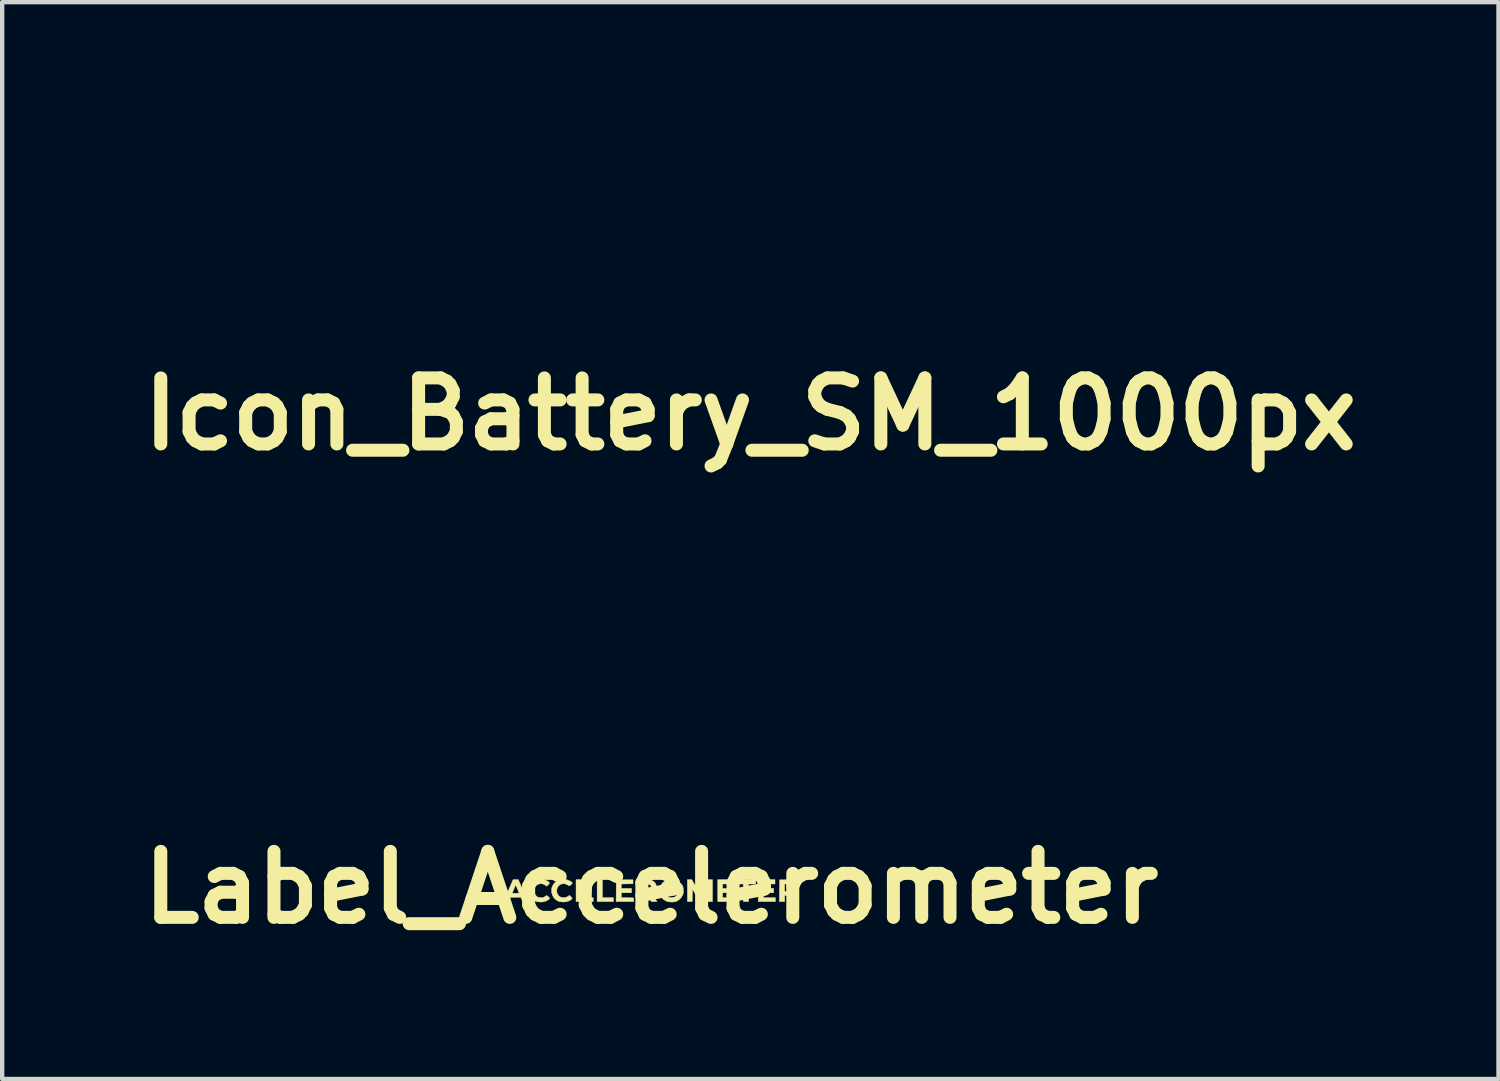
<source format=kicad_pcb>
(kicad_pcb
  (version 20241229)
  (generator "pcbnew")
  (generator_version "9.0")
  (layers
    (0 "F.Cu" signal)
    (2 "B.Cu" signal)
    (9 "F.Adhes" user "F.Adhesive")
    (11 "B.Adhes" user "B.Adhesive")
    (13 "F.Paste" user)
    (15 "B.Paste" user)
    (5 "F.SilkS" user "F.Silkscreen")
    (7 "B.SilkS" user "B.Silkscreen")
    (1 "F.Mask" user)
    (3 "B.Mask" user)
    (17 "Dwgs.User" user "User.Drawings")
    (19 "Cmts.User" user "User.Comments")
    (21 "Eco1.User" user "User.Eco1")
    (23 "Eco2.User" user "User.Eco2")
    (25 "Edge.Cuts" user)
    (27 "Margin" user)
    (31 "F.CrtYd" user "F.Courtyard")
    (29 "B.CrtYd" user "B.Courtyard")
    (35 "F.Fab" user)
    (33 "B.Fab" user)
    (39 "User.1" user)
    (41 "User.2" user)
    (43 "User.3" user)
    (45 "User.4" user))
  (footprint "Label_Accelerometer"
    (layer "F.Cu")
    (at 11.982 17.434)
    (property "Reference" "Label_Accelerometer" (at 0 0 0) (layer "F.SilkS") (effects (font (size 1.524 1.524) (thickness 0.3))))
    (attr through_hole)
    (fp_poly (pts (xy -1.128 0.234) (xy -0.874 0.234) (xy -0.874 0.325) (xy -1.25 0.325) (xy -1.25 -0.183) (xy -1.128 -0.183) (xy -1.128 0.234)) (stroke (width 0.01) (type solid)) (fill yes) (layer "F.SilkS"))
    (fp_poly (pts (xy 2.408 -0.081) (xy 2.245 -0.081) (xy 2.245 0.325) (xy 2.123 0.325) (xy 2.123 -0.081) (xy 1.961 -0.081) (xy 1.961 -0.183) (xy 2.408 -0.183) (xy 2.408 -0.081)) (stroke (width 0.01) (type solid)) (fill yes) (layer "F.SilkS"))
    (fp_poly (pts (xy 2.855 -0.081) (xy 2.591 -0.081) (xy 2.591 0.02) (xy 2.824 0.02) (xy 2.824 0.122) (xy 2.591 0.122) (xy 2.591 0.234) (xy 2.865 0.234) (xy 2.865 0.325) (xy 2.469 0.325) (xy 2.469 -0.183) (xy 2.855 -0.183) (xy 2.855 -0.081)) (stroke (width 0.01) (type solid)) (fill yes) (layer "F.SilkS"))
    (fp_poly (pts (xy -0.422 -0.086) (xy -0.556 -0.084) (xy -0.691 -0.081) (xy -0.691 0.02) (xy -0.457 0.02) (xy -0.457 0.122) (xy -0.691 0.122) (xy -0.691 0.233) (xy -0.411 0.239) (xy -0.405 0.325) (xy -0.813 0.325) (xy -0.81 0.074) (xy -0.808 -0.178) (xy -0.422 -0.178) (xy -0.422 -0.086)) (stroke (width 0.01) (type solid)) (fill yes) (layer "F.SilkS"))
    (fp_poly (pts (xy 1.918 -0.135) (xy 1.915 -0.086) (xy 1.781 -0.084) (xy 1.646 -0.081) (xy 1.646 0.02) (xy 1.765 0.023) (xy 1.885 0.025) (xy 1.885 0.117) (xy 1.646 0.123) (xy 1.646 0.234) (xy 1.93 0.234) (xy 1.93 0.325) (xy 1.534 0.325) (xy 1.534 -0.183) (xy 1.921 -0.183) (xy 1.918 -0.135)) (stroke (width 0.01) (type solid)) (fill yes) (layer "F.SilkS"))
    (fp_poly (pts (xy -1.353 -0.135) (xy -1.356 -0.086) (xy -1.486 -0.084) (xy -1.615 -0.081) (xy -1.615 0.02) (xy -1.381 0.02) (xy -1.384 0.069) (xy -1.387 0.117) (xy -1.501 0.12) (xy -1.615 0.123) (xy -1.615 0.234) (xy -1.341 0.234) (xy -1.341 0.325) (xy -1.737 0.325) (xy -1.737 -0.183) (xy -1.35 -0.183) (xy -1.353 -0.135)) (stroke (width 0.01) (type solid)) (fill yes) (layer "F.SilkS"))
    (fp_poly (pts (xy 1.026 -0.025) (xy 1.056 0.025) (xy 1.083 0.069) (xy 1.104 0.103) (xy 1.118 0.125) (xy 1.123 0.132) (xy 1.129 0.124) (xy 1.143 0.101) (xy 1.164 0.066) (xy 1.191 0.021) (xy 1.219 -0.025) (xy 1.311 -0.183) (xy 1.412 -0.183) (xy 1.412 0.325) (xy 1.301 0.325) (xy 1.298 0.178) (xy 1.295 0.03) (xy 1.224 0.15) (xy 1.194 0.198) (xy 1.173 0.232) (xy 1.156 0.253) (xy 1.143 0.265) (xy 1.13 0.271) (xy 1.122 0.272) (xy 1.11 0.272) (xy 1.098 0.268) (xy 1.086 0.257) (xy 1.071 0.236) (xy 1.05 0.203) (xy 1.021 0.156) (xy 0.95 0.037) (xy 0.944 0.325) (xy 0.833 0.325) (xy 0.833 -0.183) (xy 0.932 -0.183) (xy 1.026 -0.025)) (stroke (width 0.01) (type solid)) (fill yes) (layer "F.SilkS"))
    (fp_poly (pts (xy -2.984 0.013) (xy -2.956 0.075) (xy -2.929 0.136) (xy -2.905 0.19) (xy -2.885 0.234) (xy -2.872 0.264) (xy -2.871 0.267) (xy -2.845 0.325) (xy -2.968 0.325) (xy -2.989 0.274) (xy -3.01 0.223) (xy -3.132 0.226) (xy -3.254 0.229) (xy -3.271 0.274) (xy -3.289 0.32) (xy -3.352 0.323) (xy -3.414 0.326) (xy -3.388 0.267) (xy -3.376 0.24) (xy -3.357 0.198) (xy -3.333 0.145) (xy -3.328 0.132) (xy -3.21 0.132) (xy -3.05 0.132) (xy -3.086 0.041) (xy -3.102 0.002) (xy -3.117 -0.029) (xy -3.126 -0.047) (xy -3.13 -0.051) (xy -3.137 -0.042) (xy -3.148 -0.021) (xy -3.152 -0.013) (xy -3.165 0.02) (xy -3.181 0.059) (xy -3.189 0.079) (xy -3.21 0.132) (xy -3.328 0.132) (xy -3.307 0.085) (xy -3.279 0.022) (xy -3.275 0.013) (xy -3.188 -0.183) (xy -3.071 -0.183) (xy -2.984 0.013)) (stroke (width 0.01) (type solid)) (fill yes) (layer "F.SilkS"))
    (fp_poly (pts (xy -0.165 -0.181) (xy -0.106 -0.18) (xy -0.063 -0.178) (xy -0.032 -0.174) (xy -0.009 -0.17) (xy 0.01 -0.162) (xy 0.03 -0.152) (xy 0.074 -0.121) (xy 0.102 -0.086) (xy 0.116 -0.041) (xy 0.12 -0.012) (xy 0.117 0.051) (xy 0.098 0.102) (xy 0.062 0.14) (xy 0.055 0.146) (xy 0.022 0.167) (xy 0.077 0.246) (xy 0.133 0.325) (xy 0.004 0.325) (xy -0.045 0.254) (xy -0.094 0.182) (xy -0.146 0.185) (xy -0.198 0.188) (xy -0.201 0.257) (xy -0.204 0.325) (xy -0.315 0.325) (xy -0.315 -0.081) (xy -0.203 -0.081) (xy -0.203 0.091) (xy -0.128 0.091) (xy -0.085 0.09) (xy -0.056 0.086) (xy -0.036 0.077) (xy -0.027 0.07) (xy -0.009 0.051) (xy -0.001 0.027) (xy 0 0.005) (xy -0.005 -0.032) (xy -0.021 -0.058) (xy -0.05 -0.073) (xy -0.096 -0.08) (xy -0.128 -0.081) (xy -0.203 -0.081) (xy -0.315 -0.081) (xy -0.315 -0.185) (xy -0.165 -0.181)) (stroke (width 0.01) (type solid)) (fill yes) (layer "F.SilkS"))
    (fp_poly (pts (xy 3.173 -0.178) (xy 3.216 -0.177) (xy 3.246 -0.175) (xy 3.268 -0.171) (xy 3.286 -0.165) (xy 3.304 -0.155) (xy 3.315 -0.149) (xy 3.36 -0.112) (xy 3.39 -0.066) (xy 3.403 -0.014) (xy 3.4 0.039) (xy 3.381 0.09) (xy 3.344 0.134) (xy 3.339 0.139) (xy 3.302 0.169) (xy 3.353 0.242) (xy 3.376 0.275) (xy 3.393 0.301) (xy 3.403 0.317) (xy 3.404 0.32) (xy 3.394 0.323) (xy 3.37 0.325) (xy 3.343 0.325) (xy 3.282 0.325) (xy 3.235 0.254) (xy 3.187 0.183) (xy 3.078 0.183) (xy 3.078 0.325) (xy 2.956 0.325) (xy 2.959 0.074) (xy 2.961 -0.081) (xy 3.078 -0.081) (xy 3.078 0.094) (xy 3.161 0.09) (xy 3.203 0.087) (xy 3.23 0.083) (xy 3.248 0.076) (xy 3.26 0.065) (xy 3.262 0.062) (xy 3.279 0.027) (xy 3.28 -0.012) (xy 3.264 -0.048) (xy 3.257 -0.056) (xy 3.241 -0.069) (xy 3.224 -0.077) (xy 3.198 -0.08) (xy 3.159 -0.081) (xy 3.155 -0.081) (xy 3.078 -0.081) (xy 2.961 -0.081) (xy 2.962 -0.178) (xy 3.114 -0.178) (xy 3.173 -0.178)) (stroke (width 0.01) (type solid)) (fill yes) (layer "F.SilkS"))
    (fp_poly (pts (xy -2.479 -0.181) (xy -2.418 -0.162) (xy -2.371 -0.131) (xy -2.362 -0.121) (xy -2.351 -0.108) (xy -2.351 -0.097) (xy -2.362 -0.083) (xy -2.378 -0.065) (xy -2.414 -0.03) (xy -2.448 -0.055) (xy -2.499 -0.081) (xy -2.554 -0.088) (xy -2.609 -0.076) (xy -2.655 -0.048) (xy -2.688 -0.008) (xy -2.705 0.039) (xy -2.708 0.09) (xy -2.694 0.141) (xy -2.663 0.187) (xy -2.658 0.192) (xy -2.635 0.212) (xy -2.614 0.224) (xy -2.586 0.229) (xy -2.558 0.232) (xy -2.52 0.233) (xy -2.494 0.229) (xy -2.47 0.219) (xy -2.456 0.209) (xy -2.417 0.183) (xy -2.382 0.209) (xy -2.356 0.232) (xy -2.349 0.25) (xy -2.359 0.268) (xy -2.378 0.283) (xy -2.435 0.314) (xy -2.503 0.332) (xy -2.573 0.335) (xy -2.642 0.325) (xy -2.677 0.311) (xy -2.729 0.279) (xy -2.774 0.235) (xy -2.807 0.185) (xy -2.811 0.176) (xy -2.821 0.136) (xy -2.824 0.085) (xy -2.821 0.032) (xy -2.813 -0.016) (xy -2.805 -0.036) (xy -2.768 -0.096) (xy -2.716 -0.142) (xy -2.653 -0.172) (xy -2.578 -0.186) (xy -2.55 -0.187) (xy -2.479 -0.181)) (stroke (width 0.01) (type solid)) (fill yes) (layer "F.SilkS"))
    (fp_poly (pts (xy -1.979 -0.185) (xy -1.941 -0.177) (xy -1.902 -0.161) (xy -1.898 -0.159) (xy -1.856 -0.138) (xy -1.832 -0.12) (xy -1.824 -0.105) (xy -1.831 -0.088) (xy -1.852 -0.067) (xy -1.854 -0.065) (xy -1.879 -0.046) (xy -1.894 -0.039) (xy -1.906 -0.042) (xy -1.91 -0.046) (xy -1.951 -0.071) (xy -2 -0.086) (xy -2.049 -0.087) (xy -2.1 -0.07) (xy -2.139 -0.04) (xy -2.167 0.000352) (xy -2.181 0.047) (xy -2.182 0.096) (xy -2.169 0.144) (xy -2.141 0.187) (xy -2.112 0.212) (xy -2.072 0.228) (xy -2.023 0.233) (xy -1.973 0.227) (xy -1.929 0.209) (xy -1.922 0.204) (xy -1.888 0.18) (xy -1.854 0.214) (xy -1.833 0.235) (xy -1.826 0.248) (xy -1.829 0.259) (xy -1.837 0.267) (xy -1.875 0.297) (xy -1.927 0.32) (xy -1.987 0.332) (xy -2.027 0.334) (xy -2.068 0.332) (xy -2.105 0.328) (xy -2.129 0.323) (xy -2.191 0.29) (xy -2.242 0.244) (xy -2.278 0.186) (xy -2.299 0.121) (xy -2.303 0.052) (xy -2.293 -0.001) (xy -2.264 -0.067) (xy -2.22 -0.119) (xy -2.163 -0.158) (xy -2.095 -0.181) (xy -2.026 -0.187) (xy -1.979 -0.185)) (stroke (width 0.01) (type solid)) (fill yes) (layer "F.SilkS"))
    (fp_poly (pts (xy 0.562 -0.175) (xy 0.627 -0.142) (xy 0.684 -0.091) (xy 0.706 -0.062) (xy 0.722 -0.036) (xy 0.732 -0.011) (xy 0.737 0.02) (xy 0.74 0.059) (xy 0.741 0.102) (xy 0.738 0.133) (xy 0.73 0.161) (xy 0.714 0.193) (xy 0.714 0.193) (xy 0.678 0.246) (xy 0.63 0.29) (xy 0.576 0.32) (xy 0.561 0.325) (xy 0.501 0.335) (xy 0.436 0.334) (xy 0.375 0.324) (xy 0.34 0.311) (xy 0.279 0.273) (xy 0.233 0.222) (xy 0.202 0.163) (xy 0.188 0.098) (xy 0.188 0.096) (xy 0.308 0.096) (xy 0.321 0.144) (xy 0.348 0.186) (xy 0.374 0.209) (xy 0.399 0.224) (xy 0.422 0.231) (xy 0.454 0.232) (xy 0.475 0.231) (xy 0.513 0.228) (xy 0.538 0.221) (xy 0.559 0.207) (xy 0.574 0.193) (xy 0.605 0.15) (xy 0.62 0.098) (xy 0.621 0.044) (xy 0.605 -0.009) (xy 0.595 -0.026) (xy 0.565 -0.056) (xy 0.522 -0.077) (xy 0.474 -0.087) (xy 0.439 -0.086) (xy 0.39 -0.07) (xy 0.351 -0.04) (xy 0.324 0.001) (xy 0.31 0.047) (xy 0.308 0.096) (xy 0.188 0.096) (xy 0.192 0.03) (xy 0.214 -0.038) (xy 0.227 -0.062) (xy 0.271 -0.117) (xy 0.329 -0.157) (xy 0.4 -0.182) (xy 0.412 -0.184) (xy 0.49 -0.189) (xy 0.562 -0.175)) (stroke (width 0.01) (type solid)) (fill yes) (layer "F.SilkS")))
  (footprint "Icon_Battery_SM_1000px"
    (layer "F.Cu")
    (at 14.268 6.507)
    (property "Reference" "Icon_Battery_SM_1000px" (at 0 0 0) (layer "F.SilkS") (effects (font (size 1.524 1.524) (thickness 0.3))))
    (attr through_hole)
    (fp_poly (pts (xy 1.169 -2.991) (xy 1.127 -2.869) (xy 1.075 -2.719) (xy 1.016 -2.546) (xy 0.95 -2.357) (xy 0.881 -2.156) (xy 0.809 -1.951) (xy 0.738 -1.747) (xy 0.67 -1.549) (xy 0.605 -1.364) (xy 0.547 -1.198) (xy 0.497 -1.055) (xy 0.458 -0.943) (xy 0.431 -0.867) (xy 0.419 -0.832) (xy 0.419 -0.832) (xy 0.416 -0.819) (xy 0.424 -0.808) (xy 0.448 -0.8) (xy 0.493 -0.795) (xy 0.565 -0.791) (xy 0.67 -0.789) (xy 0.812 -0.788) (xy 0.998 -0.787) (xy 1.077 -0.787) (xy 1.256 -0.787) (xy 1.418 -0.785) (xy 1.554 -0.782) (xy 1.66 -0.778) (xy 1.729 -0.773) (xy 1.753 -0.768) (xy 1.745 -0.741) (xy 1.722 -0.67) (xy 1.686 -0.56) (xy 1.639 -0.414) (xy 1.58 -0.237) (xy 1.513 -0.032) (xy 1.438 0.194) (xy 1.356 0.44) (xy 1.272 0.692) (xy 0.791 2.134) (xy 1.815 2.134) (xy 1.752 2.195) (xy 1.716 2.228) (xy 1.647 2.287) (xy 1.549 2.369) (xy 1.428 2.471) (xy 1.286 2.589) (xy 1.129 2.72) (xy 0.961 2.859) (xy 0.787 3.003) (xy 0.61 3.149) (xy 0.435 3.292) (xy 0.267 3.43) (xy 0.11 3.559) (xy -0.032 3.674) (xy -0.154 3.773) (xy -0.252 3.852) (xy -0.321 3.907) (xy -0.357 3.934) (xy -0.362 3.937) (xy -0.381 3.918) (xy -0.43 3.864) (xy -0.504 3.778) (xy -0.601 3.665) (xy -0.718 3.529) (xy -0.85 3.372) (xy -0.995 3.2) (xy -1.127 3.042) (xy -1.874 2.146) (xy -0.827 2.121) (xy -0.532 1.257) (xy -0.237 0.394) (xy -1.504 0.38) (xy -1.49 0.323) (xy -1.479 0.291) (xy -1.452 0.214) (xy -1.411 0.097) (xy -1.357 -0.055) (xy -1.292 -0.24) (xy -1.216 -0.452) (xy -1.131 -0.689) (xy -1.039 -0.947) (xy -0.941 -1.22) (xy -0.855 -1.46) (xy -0.234 -3.188) (xy 0.504 -3.194) (xy 1.242 -3.201) (xy 1.169 -2.991)) (stroke (width 0.01) (type solid)) (fill yes) (layer "F.Mask"))
    (fp_poly (pts (xy 1.295 -5.766) (xy 1.81 -5.766) (xy 1.978 -5.764) (xy 2.138 -5.761) (xy 2.281 -5.756) (xy 2.396 -5.749) (xy 2.471 -5.741) (xy 2.474 -5.741) (xy 2.695 -5.68) (xy 2.897 -5.576) (xy 3.074 -5.434) (xy 3.221 -5.26) (xy 3.332 -5.06) (xy 3.401 -4.839) (xy 3.403 -4.829) (xy 3.407 -4.784) (xy 3.41 -4.689) (xy 3.413 -4.544) (xy 3.416 -4.348) (xy 3.418 -4.103) (xy 3.42 -3.808) (xy 3.422 -3.463) (xy 3.424 -3.07) (xy 3.425 -2.627) (xy 3.427 -2.136) (xy 3.427 -1.597) (xy 3.428 -1.009) (xy 3.428 -0.373) (xy 3.429 0.31) (xy 3.429 0.378) (xy 3.429 0.988) (xy 3.429 1.549) (xy 3.428 2.063) (xy 3.428 2.533) (xy 3.428 2.961) (xy 3.427 3.349) (xy 3.427 3.698) (xy 3.425 4.012) (xy 3.424 4.291) (xy 3.422 4.539) (xy 3.419 4.757) (xy 3.416 4.948) (xy 3.413 5.114) (xy 3.408 5.256) (xy 3.403 5.377) (xy 3.398 5.479) (xy 3.391 5.564) (xy 3.383 5.634) (xy 3.375 5.692) (xy 3.365 5.739) (xy 3.355 5.778) (xy 3.343 5.81) (xy 3.33 5.838) (xy 3.316 5.864) (xy 3.3 5.891) (xy 3.283 5.919) (xy 3.279 5.926) (xy 3.139 6.121) (xy 2.963 6.281) (xy 2.756 6.404) (xy 2.593 6.466) (xy 2.548 6.472) (xy 2.456 6.478) (xy 2.322 6.483) (xy 2.15 6.487) (xy 1.944 6.491) (xy 1.71 6.495) (xy 1.45 6.497) (xy 1.17 6.5) (xy 0.873 6.501) (xy 0.565 6.502) (xy 0.248 6.503) (xy -0.071 6.503) (xy -0.39 6.503) (xy -0.704 6.502) (xy -1.008 6.5) (xy -1.298 6.498) (xy -1.57 6.495) (xy -1.82 6.492) (xy -2.043 6.489) (xy -2.236 6.484) (xy -2.392 6.48) (xy -2.51 6.474) (xy -2.583 6.469) (xy -2.604 6.465) (xy -2.827 6.369) (xy -3.024 6.233) (xy -3.189 6.061) (xy -3.279 5.926) (xy -3.296 5.897) (xy -3.312 5.87) (xy -3.327 5.844) (xy -3.34 5.817) (xy -3.352 5.786) (xy -3.363 5.749) (xy -3.373 5.704) (xy -3.381 5.649) (xy -3.389 5.581) (xy -3.396 5.5) (xy -3.402 5.402) (xy -3.407 5.286) (xy -3.412 5.149) (xy -3.416 4.989) (xy -3.419 4.804) (xy -3.421 4.592) (xy -3.424 4.352) (xy -3.425 4.079) (xy -3.426 3.774) (xy -3.427 3.433) (xy -3.428 3.055) (xy -3.428 2.636) (xy -3.428 2.176) (xy -3.429 1.672) (xy -3.429 1.122) (xy -3.429 0.524) (xy -3.429 0.378) (xy -3.428 -0.31) (xy -3.428 -0.95) (xy -3.428 -1.543) (xy -3.427 -2.087) (xy -3.426 -2.582) (xy -3.424 -3.03) (xy -3.422 -3.428) (xy -3.42 -3.777) (xy -3.418 -4.077) (xy -3.416 -4.327) (xy -3.413 -4.527) (xy -3.41 -4.677) (xy -3.408 -4.746) (xy -2.654 -4.746) (xy -2.654 0.364) (xy -2.654 0.963) (xy -2.654 1.513) (xy -2.654 2.017) (xy -2.654 2.476) (xy -2.654 2.893) (xy -2.653 3.27) (xy -2.653 3.608) (xy -2.652 3.91) (xy -2.652 4.179) (xy -2.651 4.415) (xy -2.649 4.622) (xy -2.648 4.801) (xy -2.646 4.954) (xy -2.644 5.084) (xy -2.642 5.193) (xy -2.64 5.282) (xy -2.637 5.354) (xy -2.634 5.411) (xy -2.63 5.456) (xy -2.626 5.489) (xy -2.622 5.514) (xy -2.617 5.532) (xy -2.611 5.545) (xy -2.606 5.556) (xy -2.603 5.56) (xy -2.545 5.631) (xy -2.471 5.69) (xy -2.464 5.693) (xy -2.447 5.701) (xy -2.427 5.708) (xy -2.4 5.714) (xy -2.362 5.72) (xy -2.312 5.724) (xy -2.245 5.728) (xy -2.158 5.731) (xy -2.049 5.734) (xy -1.914 5.736) (xy -1.751 5.737) (xy -1.555 5.739) (xy -1.324 5.739) (xy -1.055 5.74) (xy -0.744 5.74) (xy -0.388 5.74) (xy -0.000001 5.74) (xy 0.401 5.74) (xy 0.755 5.74) (xy 1.065 5.74) (xy 1.332 5.739) (xy 1.562 5.739) (xy 1.757 5.737) (xy 1.919 5.736) (xy 2.053 5.734) (xy 2.162 5.731) (xy 2.247 5.728) (xy 2.314 5.724) (xy 2.364 5.719) (xy 2.401 5.714) (xy 2.428 5.708) (xy 2.448 5.701) (xy 2.464 5.693) (xy 2.538 5.638) (xy 2.6 5.566) (xy 2.603 5.56) (xy 2.609 5.549) (xy 2.615 5.537) (xy 2.62 5.521) (xy 2.624 5.498) (xy 2.629 5.468) (xy 2.632 5.428) (xy 2.636 5.376) (xy 2.639 5.309) (xy 2.641 5.226) (xy 2.644 5.124) (xy 2.646 5.001) (xy 2.648 4.856) (xy 2.649 4.686) (xy 2.65 4.49) (xy 2.651 4.264) (xy 2.652 4.006) (xy 2.653 3.716) (xy 2.653 3.39) (xy 2.654 3.027) (xy 2.654 2.625) (xy 2.654 2.18) (xy 2.654 1.692) (xy 2.654 1.158) (xy 2.654 0.576) (xy 2.654 0.364) (xy 2.654 -4.746) (xy 2.602 -4.816) (xy 2.541 -4.884) (xy 2.479 -4.939) (xy 2.467 -4.948) (xy 2.453 -4.955) (xy 2.433 -4.962) (xy 2.406 -4.968) (xy 2.367 -4.973) (xy 2.314 -4.977) (xy 2.243 -4.981) (xy 2.152 -4.983) (xy 2.037 -4.986) (xy 1.895 -4.988) (xy 1.724 -4.989) (xy 1.52 -4.99) (xy 1.279 -4.99) (xy 1 -4.991) (xy 0.678 -4.991) (xy 0.31 -4.991) (xy 0 -4.991) (xy -0.404 -4.991) (xy -0.76 -4.991) (xy -1.071 -4.991) (xy -1.341 -4.99) (xy -1.572 -4.99) (xy -1.768 -4.989) (xy -1.932 -4.987) (xy -2.067 -4.985) (xy -2.176 -4.983) (xy -2.262 -4.98) (xy -2.328 -4.976) (xy -2.377 -4.972) (xy -2.413 -4.967) (xy -2.439 -4.96) (xy -2.456 -4.953) (xy -2.47 -4.945) (xy -2.479 -4.939) (xy -2.547 -4.878) (xy -2.602 -4.816) (xy -2.654 -4.746) (xy -3.408 -4.746) (xy -3.407 -4.777) (xy -3.403 -4.827) (xy -3.403 -4.829) (xy -3.336 -5.05) (xy -3.227 -5.251) (xy -3.082 -5.426) (xy -2.905 -5.57) (xy -2.704 -5.676) (xy -2.484 -5.739) (xy -2.474 -5.741) (xy -2.4 -5.749) (xy -2.287 -5.756) (xy -2.145 -5.761) (xy -1.987 -5.765) (xy -1.835 -5.766) (xy -1.346 -5.766) (xy -1.346 -6.502) (xy 1.295 -6.502) (xy 1.295 -5.766)) (stroke (width 0.01) (type solid)) (fill yes) (layer "F.Mask")))
  (gr_rect
    (start -3 -3)
    (end 31.535 21.852)
    (stroke (width 0.1) (type default))
    (fill no)
    (layer "Edge.Cuts")))
</source>
